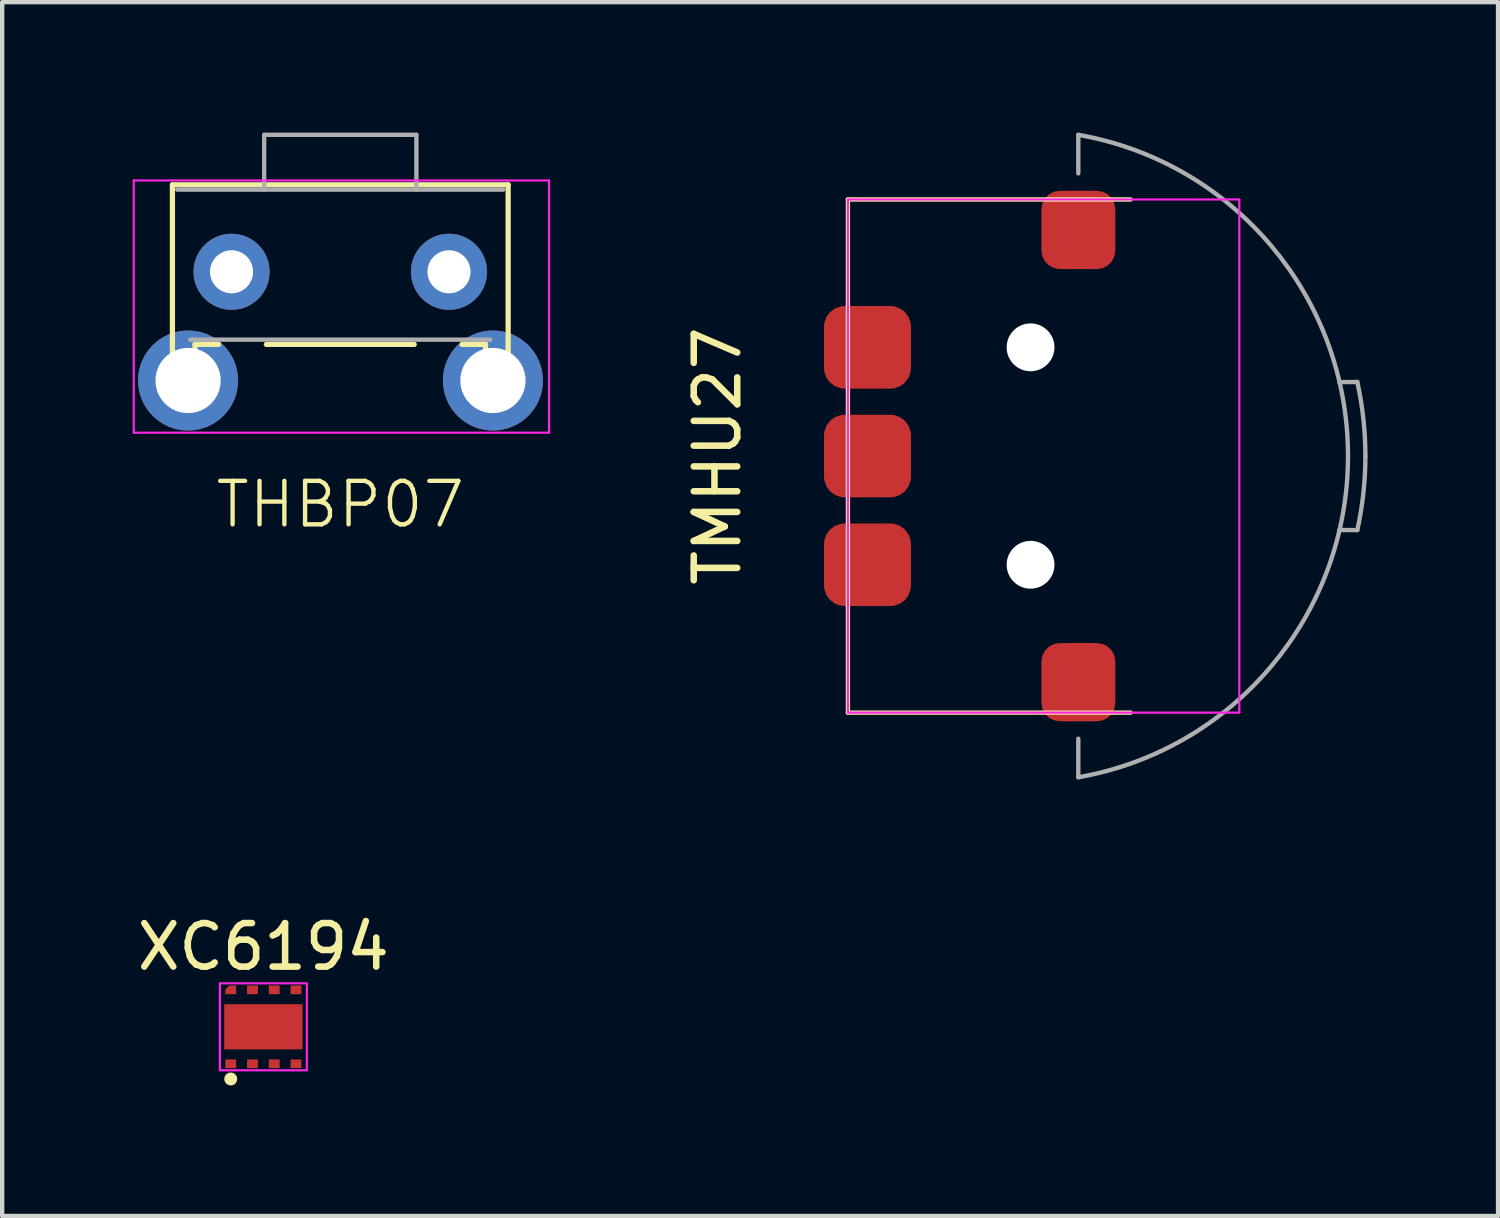
<source format=kicad_pcb>
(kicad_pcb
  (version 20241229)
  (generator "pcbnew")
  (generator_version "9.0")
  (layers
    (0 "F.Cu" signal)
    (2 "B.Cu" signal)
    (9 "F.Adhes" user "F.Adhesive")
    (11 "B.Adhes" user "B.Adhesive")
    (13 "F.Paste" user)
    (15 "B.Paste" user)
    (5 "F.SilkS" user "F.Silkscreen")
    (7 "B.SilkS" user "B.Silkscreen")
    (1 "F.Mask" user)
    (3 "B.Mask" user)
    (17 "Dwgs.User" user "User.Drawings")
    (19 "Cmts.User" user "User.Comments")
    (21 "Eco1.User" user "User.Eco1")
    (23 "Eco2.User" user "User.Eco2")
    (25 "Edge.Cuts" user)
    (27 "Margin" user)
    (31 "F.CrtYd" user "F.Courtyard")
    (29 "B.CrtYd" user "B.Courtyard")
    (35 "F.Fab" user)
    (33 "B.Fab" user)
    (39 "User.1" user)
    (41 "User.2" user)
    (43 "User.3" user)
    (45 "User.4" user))
  (footprint "TMHU27"
    (layer "F.Cu")
    (at 20.448 7.437)
    (property "Reference" "TMHU27" (at -7 0 90) (unlocked yes) (layer "F.SilkS") (effects (font (size 1 1) (thickness 0.15))))
    (attr smd)
    (fp_line (start -4 -5.9) (end -4 5.9) (stroke (width 0.1) (type default)) (layer "F.SilkS"))
    (fp_line (start -4 -5.9) (end 2.5 -5.9) (stroke (width 0.1) (type default)) (layer "F.SilkS"))
    (fp_line (start -4 5.9) (end 2.5 5.9) (stroke (width 0.1) (type default)) (layer "F.SilkS"))
    (fp_line (start -4 -5.9) (end 5 -5.9) (stroke (width 0.05) (type default)) (layer "F.CrtYd"))
    (fp_line (start -4 5.9) (end -4 -5.9) (stroke (width 0.05) (type default)) (layer "F.CrtYd"))
    (fp_line (start -4 5.9) (end 5 5.9) (stroke (width 0.05) (type default)) (layer "F.CrtYd"))
    (fp_line (start 5 5.9) (end 5 -5.9) (stroke (width 0.05) (type default)) (layer "F.CrtYd"))
    (fp_line (start 1.298 -6.5) (end 1.298 -7.387) (stroke (width 0.1) (type default)) (layer "F.Fab"))
    (fp_line (start 1.298 7.387) (end 1.298 6.5) (stroke (width 0.1) (type default)) (layer "F.Fab"))
    (fp_line (start 7.714 -1.703) (end 7.3 -1.7) (stroke (width 0.1) (type default)) (layer "F.Fab"))
    (fp_line (start 7.714 1.703) (end 7.3 1.7) (stroke (width 0.1) (type default)) (layer "F.Fab"))
    (fp_arc (start 1.297695 -7.386879) (mid 5.74381 -4.822721) (end 7.5 0) (stroke (width 0.1) (type default)) (layer "F.Fab"))
    (fp_arc (start 7.5 0) (mid 5.74381 4.822722) (end 1.297695 7.386879) (stroke (width 0.1) (type default)) (layer "F.Fab"))
    (fp_arc (start 7.714228 -1.703141) (mid 7.85342 -0.856621) (end 7.9 0) (stroke (width 0.1) (type default)) (layer "F.Fab"))
    (fp_arc (start 7.9 0) (mid 7.85342 0.856621) (end 7.714228 1.703141) (stroke (width 0.1) (type default)) (layer "F.Fab"))
    (pad "" np_thru_hole circle (at 0.2 -2.5) (size 1.1 1.1) (drill 1.1) (layers "*.Cu" "*.Mask"))
    (pad "" np_thru_hole circle (at 0.2 2.5) (size 1.1 1.1) (drill 1.1) (layers "*.Cu" "*.Mask"))
    (pad "1" smd roundrect (at -3.55 -2.5) (size 2 1.9) (layers "F.Cu" "F.Mask") (roundrect_rratio 0.25))
    (pad "2" smd roundrect (at -3.55 0) (size 2 1.9) (layers "F.Cu" "F.Mask") (roundrect_rratio 0.25))
    (pad "3" smd roundrect (at -3.55 2.5) (size 2 1.9) (layers "F.Cu" "F.Mask") (roundrect_rratio 0.25))
    (pad "4" smd roundrect (at 1.3 -5.2) (size 1.7 1.8) (layers "F.Cu" "F.Mask") (roundrect_rratio 0.25))
    (pad "5" smd roundrect (at 1.3 5.2) (size 1.7 1.8) (layers "F.Cu" "F.Mask") (roundrect_rratio 0.25)))
  (footprint "XC6194"
    (layer "F.Cu")
    (at 3.006 20.562)
    (property "Reference" "XC6194" (at 0 -1.84 0) (unlocked yes) (layer "F.SilkS") (effects (font (size 1 1) (thickness 0.15))))
    (attr smd)
    (fp_circle (center -0.75 1.2) (end -0.675 1.2) (stroke (width 0.15) (type default)) (fill no) (layer "F.SilkS"))
    (fp_rect (start -1 -1) (end 1 1) (stroke (width 0.05) (type default)) (fill no) (layer "F.CrtYd"))
    (pad "" smd roundrect (at -0.75 -0.85) (size 0.23 0.18) (layers "F.Paste") (roundrect_rratio 0) (chamfer_ratio 0.5) (chamfer top_left))
    (pad "" smd rect (at -0.75 0.85) (size 0.23 0.18) (layers "F.Paste"))
    (pad "" smd rect (at -0.575 0) (size 0.35 0.86) (layers "F.Paste"))
    (pad "" smd rect (at -0.25 -0.85) (size 0.23 0.18) (layers "F.Paste"))
    (pad "" smd rect (at -0.25 0.85) (size 0.23 0.18) (layers "F.Paste"))
    (pad "" smd rect (at 0 0) (size 0.35 0.86) (layers "F.Paste"))
    (pad "" smd rect (at 0.25 -0.85) (size 0.23 0.18) (layers "F.Paste"))
    (pad "" smd rect (at 0.25 0.85) (size 0.23 0.18) (layers "F.Paste"))
    (pad "" smd rect (at 0.575 0) (size 0.35 0.86) (property pad_prop_heatsink) (layers "F.Paste"))
    (pad "" smd rect (at 0.75 -0.85) (size 0.23 0.18) (layers "F.Paste"))
    (pad "" smd rect (at 0.75 0.85) (size 0.23 0.18) (layers "F.Paste"))
    (pad "1" smd rect (at -0.75 0.85) (size 0.25 0.2) (layers "F.Cu" "F.Mask"))
    (pad "2" smd rect (at -0.25 0.85) (size 0.25 0.2) (layers "F.Cu" "F.Mask"))
    (pad "3" smd rect (at 0.25 0.85) (size 0.25 0.2) (layers "F.Cu" "F.Mask"))
    (pad "4" smd rect (at 0.75 0.85) (size 0.25 0.2) (layers "F.Cu" "F.Mask"))
    (pad "5" smd rect (at 0 0) (size 1.8 1.04) (layers "F.Cu" "F.Mask"))
    (pad "5" smd rect (at 0.75 -0.85) (size 0.25 0.2) (layers "F.Cu" "F.Mask"))
    (pad "6" smd rect (at 0.25 -0.85) (size 0.25 0.2) (layers "F.Cu" "F.Mask"))
    (pad "7" smd rect (at -0.25 -0.85) (size 0.25 0.2) (layers "F.Cu" "F.Mask"))
    (pad "8" smd roundrect (at -0.75 -0.85) (size 0.25 0.2) (layers "F.Cu" "F.Mask") (roundrect_rratio 0) (chamfer_ratio 0.45) (chamfer top_left)))
  (footprint "THBP07"
    (layer "F.Cu")
    (at 4.775 4.7)
    (property "Reference" "THBP07" (at 0 3.85 0) (unlocked yes) (layer "F.SilkS") (effects (font (size 1 1) (thickness 0.1))))
    (attr through_hole)
    (fp_line (start -3.86 -3.5) (end -3.86 0.4) (stroke (width 0.12) (type solid)) (layer "F.SilkS"))
    (fp_line (start -3.86 -3.5) (end 3.86 -3.5) (stroke (width 0.12) (type solid)) (layer "F.SilkS"))
    (fp_line (start -3.34 0.17) (end -3.34 0.4) (stroke (width 0.12) (type solid)) (layer "F.SilkS"))
    (fp_line (start -3.34 0.17) (end -2.8 0.17) (stroke (width 0.12) (type solid)) (layer "F.SilkS"))
    (fp_line (start -1.7 0.17) (end 1.7 0.17) (stroke (width 0.12) (type solid)) (layer "F.SilkS"))
    (fp_line (start 2.8 0.17) (end 3.34 0.17) (stroke (width 0.12) (type solid)) (layer "F.SilkS"))
    (fp_line (start 3.34 0.17) (end 3.34 0.4) (stroke (width 0.12) (type solid)) (layer "F.SilkS"))
    (fp_line (start 3.86 -3.5) (end 3.86 0.4) (stroke (width 0.12) (type solid)) (layer "F.SilkS"))
    (fp_line (start -4.75 -3.6) (end 4.8 -3.6) (stroke (width 0.05) (type solid)) (layer "F.CrtYd"))
    (fp_line (start -4.75 2.2) (end -4.75 -3.6) (stroke (width 0.05) (type solid)) (layer "F.CrtYd"))
    (fp_line (start 4.8 -3.6) (end 4.8 2.2) (stroke (width 0.05) (type solid)) (layer "F.CrtYd"))
    (fp_line (start 4.8 2.2) (end -4.75 2.2) (stroke (width 0.05) (type solid)) (layer "F.CrtYd"))
    (fp_line (start -3.75 -3.39) (end 3.75 -3.39) (stroke (width 0.1) (type solid)) (layer "F.Fab"))
    (fp_line (start -3.45 0.06) (end 3.45 0.06) (stroke (width 0.1) (type solid)) (layer "F.Fab"))
    (fp_line (start -1.75 -4.65) (end -1.75 -3.39) (stroke (width 0.1) (type solid)) (layer "F.Fab"))
    (fp_line (start -1.75 -4.65) (end 1.75 -4.65) (stroke (width 0.1) (type solid)) (layer "F.Fab"))
    (fp_line (start 1.75 -4.65) (end 1.75 -3.39) (stroke (width 0.1) (type solid)) (layer "F.Fab"))
    (pad "" thru_hole circle (at -3.5 1) (size 2.3 2.3) (drill 1.5) (layers "*.Cu" "*.Mask"))
    (pad "" thru_hole circle (at 3.51 1) (size 2.3 2.3) (drill 1.5) (layers "*.Cu" "*.Mask"))
    (pad "1" thru_hole circle (at -2.5 -1.5) (size 1.75 1.75) (drill 0.99) (layers "*.Cu" "*.Mask"))
    (pad "2" thru_hole circle (at 2.5 -1.5) (size 1.75 1.75) (drill 0.99) (layers "*.Cu" "*.Mask")))
  (gr_rect
    (start -3 -3)
    (end 31.398 24.912)
    (stroke (width 0.1) (type default))
    (fill no)
    (layer "Edge.Cuts")))
</source>
